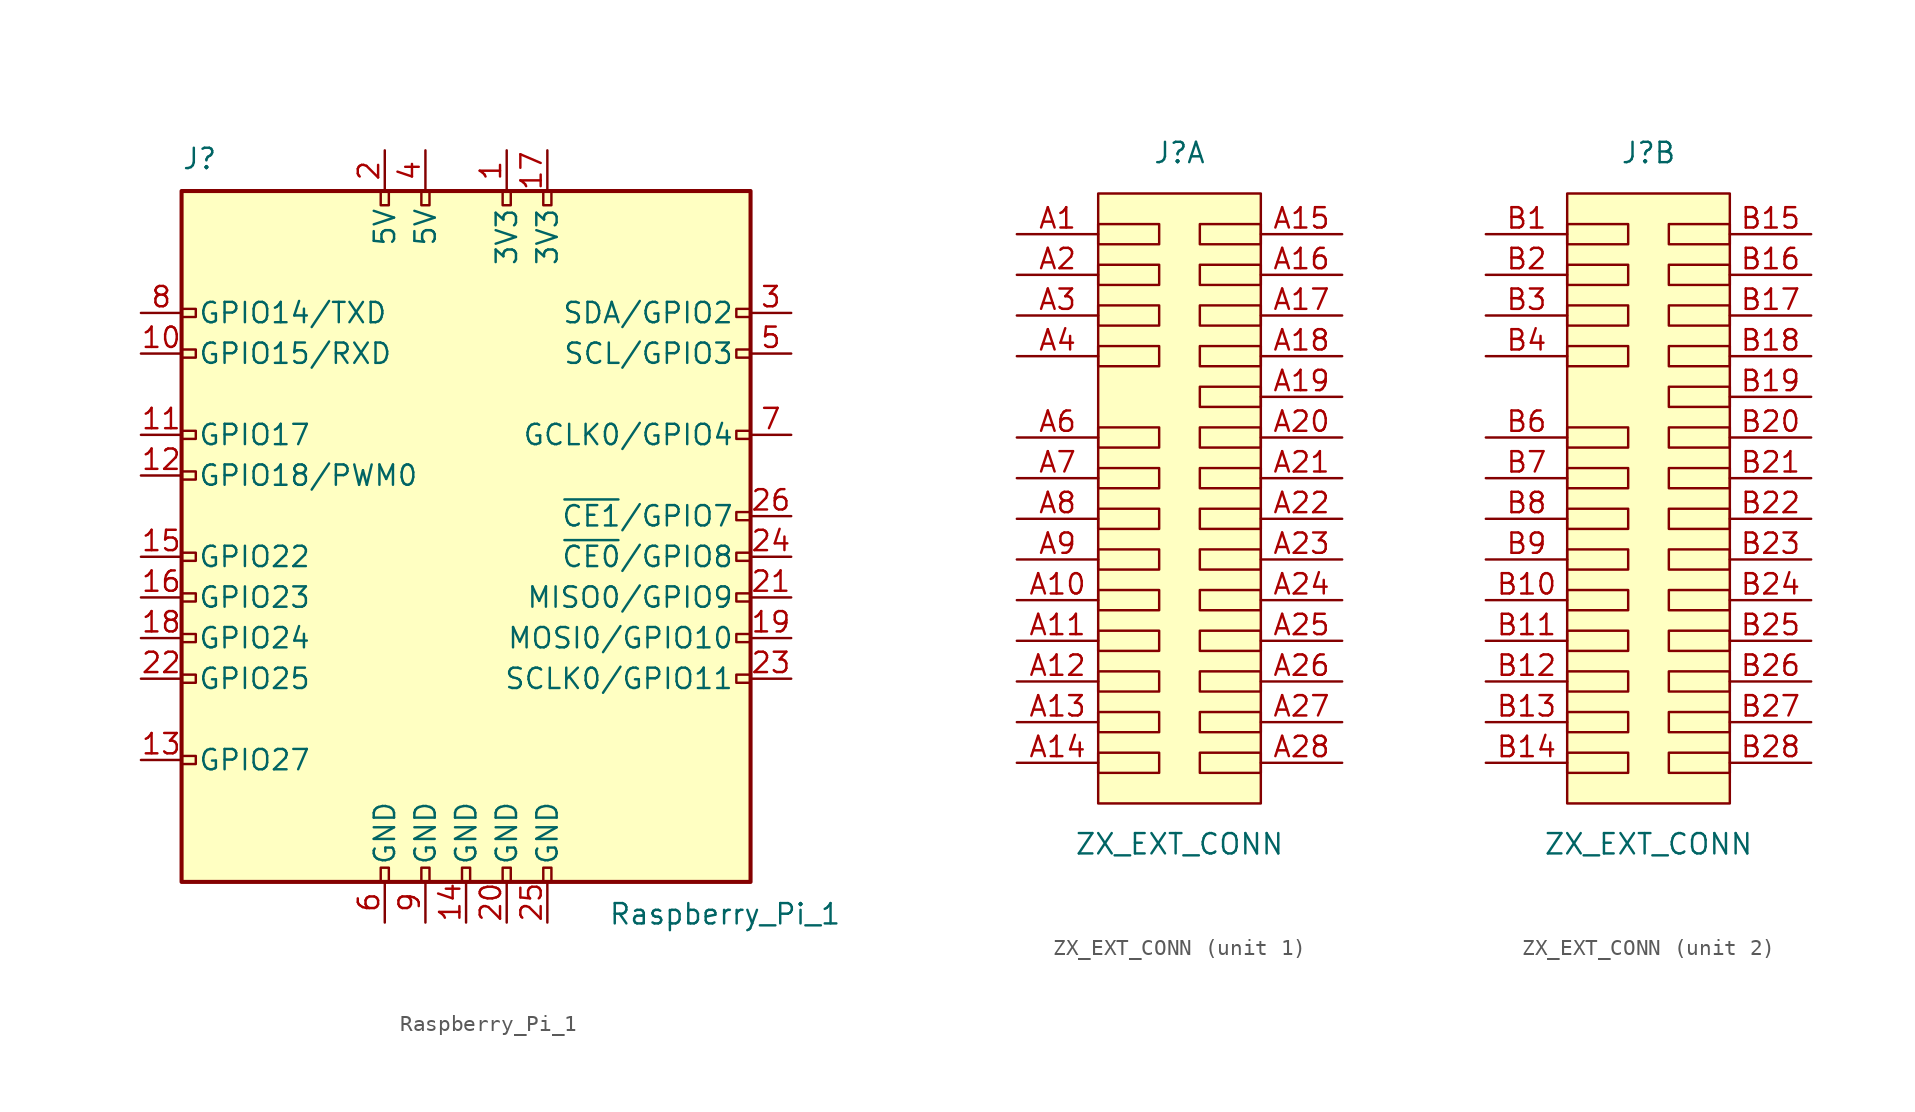
<source format=kicad_sym>
(kicad_symbol_lib
  (version 20211014)
  (generator kicad_symbol_editor)
  (symbol "Raspberry_Pi_1"
    (pin_names
      (offset 1.016))
    (property "Reference" "J"
      (at -17.78 22.86 0)
      (effects (font (size 1.27 1.27)) (justify left bottom)))
    (property "Value" "Raspberry_Pi_1"
      (at 8.89 -22.86 0)
      (effects (font (size 1.27 1.27)) (justify left top)))
    (symbol "Raspberry_Pi_1_0_1"
      (rectangle (start -17.78 21.59) (end 17.78 -21.59) (stroke (width 0.254) (type default) (color 0 0 0 0)) (fill (type background))))
    (symbol "Raspberry_Pi_1_1_1"
      (rectangle (start -16.891 -13.716) (end -17.78 -14.224) (stroke (width 0) (type default) (color 0 0 0 0)) (fill (type none)))
      (rectangle (start -16.891 -8.636) (end -17.78 -9.144) (stroke (width 0) (type default) (color 0 0 0 0)) (fill (type none)))
      (rectangle (start -16.891 -6.096) (end -17.78 -6.604) (stroke (width 0) (type default) (color 0 0 0 0)) (fill (type none)))
      (rectangle (start -16.891 -3.556) (end -17.78 -4.064) (stroke (width 0) (type default) (color 0 0 0 0)) (fill (type none)))
      (rectangle (start -16.891 -1.016) (end -17.78 -1.524) (stroke (width 0) (type default) (color 0 0 0 0)) (fill (type none)))
      (rectangle (start -16.891 4.064) (end -17.78 3.556) (stroke (width 0) (type default) (color 0 0 0 0)) (fill (type none)))
      (rectangle (start -16.891 6.604) (end -17.78 6.096) (stroke (width 0) (type default) (color 0 0 0 0)) (fill (type none)))
      (rectangle (start -16.891 11.684) (end -17.78 11.176) (stroke (width 0) (type default) (color 0 0 0 0)) (fill (type none)))
      (rectangle (start -16.891 14.224) (end -17.78 13.716) (stroke (width 0) (type default) (color 0 0 0 0)) (fill (type none)))
      (rectangle (start -5.334 -20.701) (end -4.826 -21.59) (stroke (width 0) (type default) (color 0 0 0 0)) (fill (type none)))
      (rectangle (start -5.334 21.59) (end -4.826 20.701) (stroke (width 0) (type default) (color 0 0 0 0)) (fill (type none)))
      (rectangle (start -2.794 -20.701) (end -2.286 -21.59) (stroke (width 0) (type default) (color 0 0 0 0)) (fill (type none)))
      (rectangle (start -2.794 21.59) (end -2.286 20.701) (stroke (width 0) (type default) (color 0 0 0 0)) (fill (type none)))
      (rectangle (start -0.254 -20.701) (end 0.254 -21.59) (stroke (width 0) (type default) (color 0 0 0 0)) (fill (type none)))
      (rectangle (start 2.286 -20.701) (end 2.794 -21.59) (stroke (width 0) (type default) (color 0 0 0 0)) (fill (type none)))
      (rectangle (start 2.286 21.59) (end 2.794 20.701) (stroke (width 0) (type default) (color 0 0 0 0)) (fill (type none)))
      (rectangle (start 4.826 -20.701) (end 5.334 -21.59) (stroke (width 0) (type default) (color 0 0 0 0)) (fill (type none)))
      (rectangle (start 4.826 21.59) (end 5.334 20.701) (stroke (width 0) (type default) (color 0 0 0 0)) (fill (type none)))
      (rectangle (start 17.78 -8.636) (end 16.891 -9.144) (stroke (width 0) (type default) (color 0 0 0 0)) (fill (type none)))
      (rectangle (start 17.78 -6.096) (end 16.891 -6.604) (stroke (width 0) (type default) (color 0 0 0 0)) (fill (type none)))
      (rectangle (start 17.78 -3.556) (end 16.891 -4.064) (stroke (width 0) (type default) (color 0 0 0 0)) (fill (type none)))
      (rectangle (start 17.78 -1.016) (end 16.891 -1.524) (stroke (width 0) (type default) (color 0 0 0 0)) (fill (type none)))
      (rectangle (start 17.78 1.524) (end 16.891 1.016) (stroke (width 0) (type default) (color 0 0 0 0)) (fill (type none)))
      (rectangle (start 17.78 6.604) (end 16.891 6.096) (stroke (width 0) (type default) (color 0 0 0 0)) (fill (type none)))
      (rectangle (start 17.78 11.684) (end 16.891 11.176) (stroke (width 0) (type default) (color 0 0 0 0)) (fill (type none)))
      (rectangle (start 17.78 14.224) (end 16.891 13.716) (stroke (width 0) (type default) (color 0 0 0 0)) (fill (type none)))
      (pin power_in line (at 2.54 24.13 270) (length 2.54) (name "3V3" (effects (font (size 1.27 1.27)))) (number "1" (effects (font (size 1.27 1.27)))))
      (pin bidirectional line (at -20.32 11.43 0) (length 2.54) (name "GPIO15/RXD" (effects (font (size 1.27 1.27)))) (number "10" (effects (font (size 1.27 1.27)))))
      (pin bidirectional line (at -20.32 6.35 0) (length 2.54) (name "GPIO17" (effects (font (size 1.27 1.27)))) (number "11" (effects (font (size 1.27 1.27)))))
      (pin bidirectional line (at -20.32 3.81 0) (length 2.54) (name "GPIO18/PWM0" (effects (font (size 1.27 1.27)))) (number "12" (effects (font (size 1.27 1.27)))))
      (pin bidirectional line (at -20.32 -13.97 0) (length 2.54) (name "GPIO27" (effects (font (size 1.27 1.27)))) (number "13" (effects (font (size 1.27 1.27)))))
      (pin power_in line (at 0 -24.13 90) (length 2.54) (name "GND" (effects (font (size 1.27 1.27)))) (number "14" (effects (font (size 1.27 1.27)))))
      (pin bidirectional line (at -20.32 -1.27 0) (length 2.54) (name "GPIO22" (effects (font (size 1.27 1.27)))) (number "15" (effects (font (size 1.27 1.27)))))
      (pin bidirectional line (at -20.32 -3.81 0) (length 2.54) (name "GPIO23" (effects (font (size 1.27 1.27)))) (number "16" (effects (font (size 1.27 1.27)))))
      (pin power_in line (at 5.08 24.13 270) (length 2.54) (name "3V3" (effects (font (size 1.27 1.27)))) (number "17" (effects (font (size 1.27 1.27)))))
      (pin bidirectional line (at -20.32 -6.35 0) (length 2.54) (name "GPIO24" (effects (font (size 1.27 1.27)))) (number "18" (effects (font (size 1.27 1.27)))))
      (pin bidirectional line (at 20.32 -6.35 180) (length 2.54) (name "MOSI0/GPIO10" (effects (font (size 1.27 1.27)))) (number "19" (effects (font (size 1.27 1.27)))))
      (pin power_in line (at -5.08 24.13 270) (length 2.54) (name "5V" (effects (font (size 1.27 1.27)))) (number "2" (effects (font (size 1.27 1.27)))))
      (pin power_in line (at 2.54 -24.13 90) (length 2.54) (name "GND" (effects (font (size 1.27 1.27)))) (number "20" (effects (font (size 1.27 1.27)))))
      (pin bidirectional line (at 20.32 -3.81 180) (length 2.54) (name "MISO0/GPIO9" (effects (font (size 1.27 1.27)))) (number "21" (effects (font (size 1.27 1.27)))))
      (pin bidirectional line (at -20.32 -8.89 0) (length 2.54) (name "GPIO25" (effects (font (size 1.27 1.27)))) (number "22" (effects (font (size 1.27 1.27)))))
      (pin bidirectional line (at 20.32 -8.89 180) (length 2.54) (name "SCLK0/GPIO11" (effects (font (size 1.27 1.27)))) (number "23" (effects (font (size 1.27 1.27)))))
      (pin bidirectional line (at 20.32 -1.27 180) (length 2.54) (name "~{CE0}/GPIO8" (effects (font (size 1.27 1.27)))) (number "24" (effects (font (size 1.27 1.27)))))
      (pin power_in line (at 5.08 -24.13 90) (length 2.54) (name "GND" (effects (font (size 1.27 1.27)))) (number "25" (effects (font (size 1.27 1.27)))))
      (pin bidirectional line (at 20.32 1.27 180) (length 2.54) (name "~{CE1}/GPIO7" (effects (font (size 1.27 1.27)))) (number "26" (effects (font (size 1.27 1.27)))))
      (pin bidirectional line (at 20.32 13.97 180) (length 2.54) (name "SDA/GPIO2" (effects (font (size 1.27 1.27)))) (number "3" (effects (font (size 1.27 1.27)))))
      (pin power_in line (at -2.54 24.13 270) (length 2.54) (name "5V" (effects (font (size 1.27 1.27)))) (number "4" (effects (font (size 1.27 1.27)))))
      (pin bidirectional line (at 20.32 11.43 180) (length 2.54) (name "SCL/GPIO3" (effects (font (size 1.27 1.27)))) (number "5" (effects (font (size 1.27 1.27)))))
      (pin power_in line (at -5.08 -24.13 90) (length 2.54) (name "GND" (effects (font (size 1.27 1.27)))) (number "6" (effects (font (size 1.27 1.27)))))
      (pin bidirectional line (at 20.32 6.35 180) (length 2.54) (name "GCLK0/GPIO4" (effects (font (size 1.27 1.27)))) (number "7" (effects (font (size 1.27 1.27)))))
      (pin bidirectional line (at -20.32 13.97 0) (length 2.54) (name "GPIO14/TXD" (effects (font (size 1.27 1.27)))) (number "8" (effects (font (size 1.27 1.27)))))
      (pin power_in line (at -2.54 -24.13 90) (length 2.54) (name "GND" (effects (font (size 1.27 1.27)))) (number "9" (effects (font (size 1.27 1.27)))))))
  (symbol "ZX_EXT_CONN"
    (pin_names hide)
    (property "Reference" "J"
      (at 0 21.59 0)
      (effects (font (size 1.27 1.27))))
    (property "Value" "ZX_EXT_CONN"
      (at 0 -21.59 0)
      (effects (font (size 1.27 1.27))))
    (symbol "ZX_EXT_CONN_0_1"
      (rectangle (start -5.08 -15.88) (end -1.27 -17.14) (stroke (width 0) (type default) (color 0 0 0 0)) (fill (type none)))
      (rectangle (start -5.08 -13.34) (end -1.27 -14.6) (stroke (width 0) (type default) (color 0 0 0 0)) (fill (type none)))
      (rectangle (start -5.08 -10.8) (end -1.27 -12.06) (stroke (width 0) (type default) (color 0 0 0 0)) (fill (type none)))
      (rectangle (start -5.08 -8.26) (end -1.27 -9.52) (stroke (width 0) (type default) (color 0 0 0 0)) (fill (type none)))
      (rectangle (start -5.08 -5.72) (end -1.27 -6.98) (stroke (width 0) (type default) (color 0 0 0 0)) (fill (type none)))
      (rectangle (start -5.08 -3.18) (end -1.27 -4.44) (stroke (width 0) (type default) (color 0 0 0 0)) (fill (type none)))
      (rectangle (start -5.08 -0.64) (end -1.27 -1.9) (stroke (width 0) (type default) (color 0 0 0 0)) (fill (type none)))
      (rectangle (start -5.08 1.9) (end -1.27 0.64) (stroke (width 0) (type default) (color 0 0 0 0)) (fill (type none)))
      (rectangle (start -5.08 4.44) (end -1.27 3.18) (stroke (width 0) (type default) (color 0 0 0 0)) (fill (type none)))
      (rectangle (start -5.08 9.52) (end -1.27 8.26) (stroke (width 0) (type default) (color 0 0 0 0)) (fill (type none)))
      (rectangle (start -5.08 12.06) (end -1.27 10.8) (stroke (width 0) (type default) (color 0 0 0 0)) (fill (type none)))
      (rectangle (start -5.08 14.6) (end -1.27 13.34) (stroke (width 0) (type default) (color 0 0 0 0)) (fill (type none)))
      (rectangle (start -5.08 17.14) (end -1.27 15.88) (stroke (width 0) (type default) (color 0 0 0 0)) (fill (type none)))
      (rectangle (start -5.08 19.05) (end 5.08 -19.05) (stroke (width 0) (type default) (color 0 0 0 0)) (fill (type background)))
      (rectangle (start 1.27 -15.88) (end 5.08 -17.14) (stroke (width 0) (type default) (color 0 0 0 0)) (fill (type none)))
      (rectangle (start 1.27 -13.34) (end 5.08 -14.6) (stroke (width 0) (type default) (color 0 0 0 0)) (fill (type none)))
      (rectangle (start 1.27 -10.8) (end 5.08 -12.06) (stroke (width 0) (type default) (color 0 0 0 0)) (fill (type none)))
      (rectangle (start 1.27 -8.26) (end 5.08 -9.52) (stroke (width 0) (type default) (color 0 0 0 0)) (fill (type none)))
      (rectangle (start 1.27 -5.72) (end 5.08 -6.98) (stroke (width 0) (type default) (color 0 0 0 0)) (fill (type none)))
      (rectangle (start 1.27 -3.18) (end 5.08 -4.44) (stroke (width 0) (type default) (color 0 0 0 0)) (fill (type none)))
      (rectangle (start 1.27 -0.64) (end 5.08 -1.9) (stroke (width 0) (type default) (color 0 0 0 0)) (fill (type none)))
      (rectangle (start 1.27 1.9) (end 5.08 0.64) (stroke (width 0) (type default) (color 0 0 0 0)) (fill (type none)))
      (rectangle (start 1.27 4.44) (end 5.08 3.18) (stroke (width 0) (type default) (color 0 0 0 0)) (fill (type none)))
      (rectangle (start 1.27 6.98) (end 5.08 5.72) (stroke (width 0) (type default) (color 0 0 0 0)) (fill (type none)))
      (rectangle (start 1.27 9.52) (end 5.08 8.26) (stroke (width 0) (type default) (color 0 0 0 0)) (fill (type none)))
      (rectangle (start 1.27 12.06) (end 5.08 10.8) (stroke (width 0) (type default) (color 0 0 0 0)) (fill (type none)))
      (rectangle (start 1.27 14.6) (end 5.08 13.34) (stroke (width 0) (type default) (color 0 0 0 0)) (fill (type none)))
      (rectangle (start 1.27 17.14) (end 5.08 15.88) (stroke (width 0) (type default) (color 0 0 0 0)) (fill (type none))))
    (symbol "ZX_EXT_CONN_1_1"
      (pin passive line (at -10.16 16.51 0) (length 5.08) (name "A1" (effects (font (size 1.27 1.27)))) (number "A1" (effects (font (size 1.27 1.27)))))
      (pin passive line (at -10.16 -6.35 0) (length 5.08) (name "A10" (effects (font (size 1.27 1.27)))) (number "A10" (effects (font (size 1.27 1.27)))))
      (pin passive line (at -10.16 -8.89 0) (length 5.08) (name "A11" (effects (font (size 1.27 1.27)))) (number "A11" (effects (font (size 1.27 1.27)))))
      (pin passive line (at -10.16 -11.43 0) (length 5.08) (name "A12" (effects (font (size 1.27 1.27)))) (number "A12" (effects (font (size 1.27 1.27)))))
      (pin passive line (at -10.16 -13.97 0) (length 5.08) (name "A13" (effects (font (size 1.27 1.27)))) (number "A13" (effects (font (size 1.27 1.27)))))
      (pin passive line (at -10.16 -16.51 0) (length 5.08) (name "A14" (effects (font (size 1.27 1.27)))) (number "A14" (effects (font (size 1.27 1.27)))))
      (pin passive line (at 10.16 16.51 180) (length 5.08) (name "A15" (effects (font (size 1.27 1.27)))) (number "A15" (effects (font (size 1.27 1.27)))))
      (pin passive line (at 10.16 13.97 180) (length 5.08) (name "A16" (effects (font (size 1.27 1.27)))) (number "A16" (effects (font (size 1.27 1.27)))))
      (pin passive line (at 10.16 11.43 180) (length 5.08) (name "A17" (effects (font (size 1.27 1.27)))) (number "A17" (effects (font (size 1.27 1.27)))))
      (pin passive line (at 10.16 8.89 180) (length 5.08) (name "A18" (effects (font (size 1.27 1.27)))) (number "A18" (effects (font (size 1.27 1.27)))))
      (pin passive line (at 10.16 6.35 180) (length 5.08) (name "A19" (effects (font (size 1.27 1.27)))) (number "A19" (effects (font (size 1.27 1.27)))))
      (pin passive line (at -10.16 13.97 0) (length 5.08) (name "A2" (effects (font (size 1.27 1.27)))) (number "A2" (effects (font (size 1.27 1.27)))))
      (pin passive line (at 10.16 3.81 180) (length 5.08) (name "A20" (effects (font (size 1.27 1.27)))) (number "A20" (effects (font (size 1.27 1.27)))))
      (pin passive line (at 10.16 1.27 180) (length 5.08) (name "A21" (effects (font (size 1.27 1.27)))) (number "A21" (effects (font (size 1.27 1.27)))))
      (pin passive line (at 10.16 -1.27 180) (length 5.08) (name "A22" (effects (font (size 1.27 1.27)))) (number "A22" (effects (font (size 1.27 1.27)))))
      (pin passive line (at 10.16 -3.81 180) (length 5.08) (name "A23" (effects (font (size 1.27 1.27)))) (number "A23" (effects (font (size 1.27 1.27)))))
      (pin passive line (at 10.16 -6.35 180) (length 5.08) (name "A24" (effects (font (size 1.27 1.27)))) (number "A24" (effects (font (size 1.27 1.27)))))
      (pin passive line (at 10.16 -8.89 180) (length 5.08) (name "A25" (effects (font (size 1.27 1.27)))) (number "A25" (effects (font (size 1.27 1.27)))))
      (pin passive line (at 10.16 -11.43 180) (length 5.08) (name "A26" (effects (font (size 1.27 1.27)))) (number "A26" (effects (font (size 1.27 1.27)))))
      (pin passive line (at 10.16 -13.97 180) (length 5.08) (name "A27" (effects (font (size 1.27 1.27)))) (number "A27" (effects (font (size 1.27 1.27)))))
      (pin passive line (at 10.16 -16.51 180) (length 5.08) (name "A28" (effects (font (size 1.27 1.27)))) (number "A28" (effects (font (size 1.27 1.27)))))
      (pin passive line (at -10.16 11.43 0) (length 5.08) (name "A3" (effects (font (size 1.27 1.27)))) (number "A3" (effects (font (size 1.27 1.27)))))
      (pin passive line (at -10.16 8.89 0) (length 5.08) (name "A4" (effects (font (size 1.27 1.27)))) (number "A4" (effects (font (size 1.27 1.27)))))
      (pin no_connect line (at -10.16 6.35 0) (length 5.08) hide (name "A5" (effects (font (size 1.27 1.27)))) (number "A5" (effects (font (size 1.27 1.27)))))
      (pin passive line (at -10.16 3.81 0) (length 5.08) (name "A6" (effects (font (size 1.27 1.27)))) (number "A6" (effects (font (size 1.27 1.27)))))
      (pin passive line (at -10.16 1.27 0) (length 5.08) (name "A7" (effects (font (size 1.27 1.27)))) (number "A7" (effects (font (size 1.27 1.27)))))
      (pin passive line (at -10.16 -1.27 0) (length 5.08) (name "A8" (effects (font (size 1.27 1.27)))) (number "A8" (effects (font (size 1.27 1.27)))))
      (pin passive line (at -10.16 -3.81 0) (length 5.08) (name "A9" (effects (font (size 1.27 1.27)))) (number "A9" (effects (font (size 1.27 1.27))))))
    (symbol "ZX_EXT_CONN_2_1"
      (pin passive line (at -10.16 16.51 0) (length 5.08) (name "B1" (effects (font (size 1.27 1.27)))) (number "B1" (effects (font (size 1.27 1.27)))))
      (pin passive line (at -10.16 -6.35 0) (length 5.08) (name "B10" (effects (font (size 1.27 1.27)))) (number "B10" (effects (font (size 1.27 1.27)))))
      (pin passive line (at -10.16 -8.89 0) (length 5.08) (name "B11" (effects (font (size 1.27 1.27)))) (number "B11" (effects (font (size 1.27 1.27)))))
      (pin passive line (at -10.16 -11.43 0) (length 5.08) (name "B12" (effects (font (size 1.27 1.27)))) (number "B12" (effects (font (size 1.27 1.27)))))
      (pin passive line (at -10.16 -13.97 0) (length 5.08) (name "B13" (effects (font (size 1.27 1.27)))) (number "B13" (effects (font (size 1.27 1.27)))))
      (pin passive line (at -10.16 -16.51 0) (length 5.08) (name "B14" (effects (font (size 1.27 1.27)))) (number "B14" (effects (font (size 1.27 1.27)))))
      (pin passive line (at 10.16 16.51 180) (length 5.08) (name "B15" (effects (font (size 1.27 1.27)))) (number "B15" (effects (font (size 1.27 1.27)))))
      (pin passive line (at 10.16 13.97 180) (length 5.08) (name "B16" (effects (font (size 1.27 1.27)))) (number "B16" (effects (font (size 1.27 1.27)))))
      (pin passive line (at 10.16 11.43 180) (length 5.08) (name "B17" (effects (font (size 1.27 1.27)))) (number "B17" (effects (font (size 1.27 1.27)))))
      (pin passive line (at 10.16 8.89 180) (length 5.08) (name "B18" (effects (font (size 1.27 1.27)))) (number "B18" (effects (font (size 1.27 1.27)))))
      (pin passive line (at 10.16 6.35 180) (length 5.08) (name "B19" (effects (font (size 1.27 1.27)))) (number "B19" (effects (font (size 1.27 1.27)))))
      (pin passive line (at -10.16 13.97 0) (length 5.08) (name "B2" (effects (font (size 1.27 1.27)))) (number "B2" (effects (font (size 1.27 1.27)))))
      (pin passive line (at 10.16 3.81 180) (length 5.08) (name "B20" (effects (font (size 1.27 1.27)))) (number "B20" (effects (font (size 1.27 1.27)))))
      (pin passive line (at 10.16 1.27 180) (length 5.08) (name "B21" (effects (font (size 1.27 1.27)))) (number "B21" (effects (font (size 1.27 1.27)))))
      (pin passive line (at 10.16 -1.27 180) (length 5.08) (name "B22" (effects (font (size 1.27 1.27)))) (number "B22" (effects (font (size 1.27 1.27)))))
      (pin passive line (at 10.16 -3.81 180) (length 5.08) (name "B23" (effects (font (size 1.27 1.27)))) (number "B23" (effects (font (size 1.27 1.27)))))
      (pin passive line (at 10.16 -6.35 180) (length 5.08) (name "B24" (effects (font (size 1.27 1.27)))) (number "B24" (effects (font (size 1.27 1.27)))))
      (pin passive line (at 10.16 -8.89 180) (length 5.08) (name "B25" (effects (font (size 1.27 1.27)))) (number "B25" (effects (font (size 1.27 1.27)))))
      (pin passive line (at 10.16 -11.43 180) (length 5.08) (name "B26" (effects (font (size 1.27 1.27)))) (number "B26" (effects (font (size 1.27 1.27)))))
      (pin passive line (at 10.16 -13.97 180) (length 5.08) (name "B27" (effects (font (size 1.27 1.27)))) (number "B27" (effects (font (size 1.27 1.27)))))
      (pin passive line (at 10.16 -16.51 180) (length 5.08) (name "B28" (effects (font (size 1.27 1.27)))) (number "B28" (effects (font (size 1.27 1.27)))))
      (pin passive line (at -10.16 11.43 0) (length 5.08) (name "B3" (effects (font (size 1.27 1.27)))) (number "B3" (effects (font (size 1.27 1.27)))))
      (pin passive line (at -10.16 8.89 0) (length 5.08) (name "B4" (effects (font (size 1.27 1.27)))) (number "B4" (effects (font (size 1.27 1.27)))))
      (pin no_connect line (at -10.16 6.35 0) (length 5.08) hide (name "B5" (effects (font (size 1.27 1.27)))) (number "B5" (effects (font (size 1.27 1.27)))))
      (pin passive line (at -10.16 3.81 0) (length 5.08) (name "B6" (effects (font (size 1.27 1.27)))) (number "B6" (effects (font (size 1.27 1.27)))))
      (pin passive line (at -10.16 1.27 0) (length 5.08) (name "B7" (effects (font (size 1.27 1.27)))) (number "B7" (effects (font (size 1.27 1.27)))))
      (pin passive line (at -10.16 -1.27 0) (length 5.08) (name "B8" (effects (font (size 1.27 1.27)))) (number "B8" (effects (font (size 1.27 1.27)))))
      (pin passive line (at -10.16 -3.81 0) (length 5.08) (name "B9" (effects (font (size 1.27 1.27)))) (number "B9" (effects (font (size 1.27 1.27))))))))
</source>
